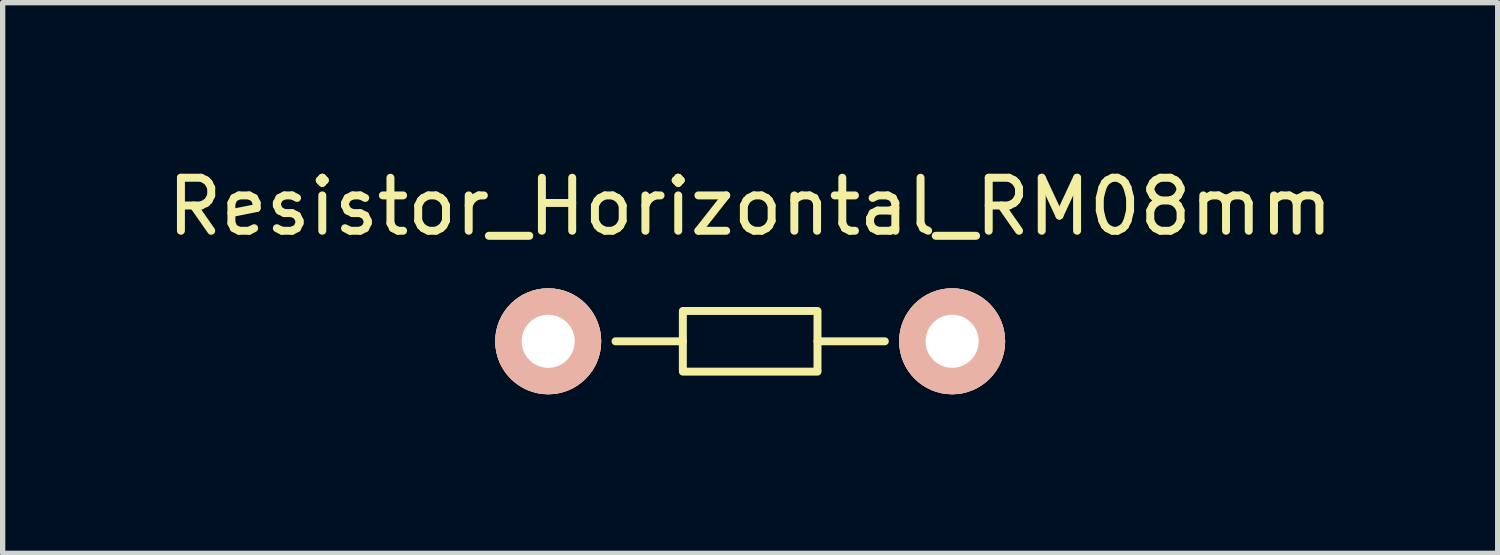
<source format=kicad_pcb>
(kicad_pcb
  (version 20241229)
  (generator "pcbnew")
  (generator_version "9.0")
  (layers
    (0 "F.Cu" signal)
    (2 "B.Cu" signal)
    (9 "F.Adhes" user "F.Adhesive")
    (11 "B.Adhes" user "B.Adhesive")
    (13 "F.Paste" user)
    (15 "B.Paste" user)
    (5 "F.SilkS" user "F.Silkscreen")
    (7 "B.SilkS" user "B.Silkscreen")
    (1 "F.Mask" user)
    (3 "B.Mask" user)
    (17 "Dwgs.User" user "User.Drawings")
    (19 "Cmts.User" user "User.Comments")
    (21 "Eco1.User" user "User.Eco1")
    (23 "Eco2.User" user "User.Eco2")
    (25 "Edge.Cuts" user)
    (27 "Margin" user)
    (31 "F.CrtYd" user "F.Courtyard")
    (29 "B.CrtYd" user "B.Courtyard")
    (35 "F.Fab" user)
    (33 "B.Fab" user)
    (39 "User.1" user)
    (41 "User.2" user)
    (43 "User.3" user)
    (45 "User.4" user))
  (footprint "Resistor_Horizontal_RM08mm"
    (layer "F.Cu")
    (at 11.101 3.388)
    (property "Reference" "Resistor_Horizontal_RM08mm" (at 0 -2.54 0) (layer "F.SilkS") (effects (font (size 1 1) (thickness 0.15))))
    (attr through_hole)
    (fp_line (start -1.27 -0.572) (end 1.27 -0.572) (stroke (width 0.15) (type solid)) (layer "F.SilkS"))
    (fp_line (start -1.27 0) (end -2.54 0) (stroke (width 0.15) (type solid)) (layer "F.SilkS"))
    (fp_line (start -1.27 0.54) (end -1.27 -0.54) (stroke (width 0.15) (type solid)) (layer "F.SilkS"))
    (fp_line (start 1.27 -0.54) (end 1.27 0.54) (stroke (width 0.15) (type solid)) (layer "F.SilkS"))
    (fp_line (start 1.27 0) (end 2.54 0) (stroke (width 0.15) (type solid)) (layer "F.SilkS"))
    (fp_line (start 1.27 0.572) (end -1.27 0.572) (stroke (width 0.15) (type solid)) (layer "F.SilkS"))
    (pad "1" thru_hole circle (at -3.81 0) (size 1.999 1.999) (drill 1.001) (layers "*.Cu" "*.SilkS" "*.Mask"))
    (pad "2" thru_hole circle (at 3.81 0) (size 1.999 1.999) (drill 1.001) (layers "*.Cu" "*.SilkS" "*.Mask")))
  (gr_rect
    (start -3 -3)
    (end 25.202 7.388)
    (stroke (width 0.1) (type default))
    (fill no)
    (layer "Edge.Cuts")))
</source>
